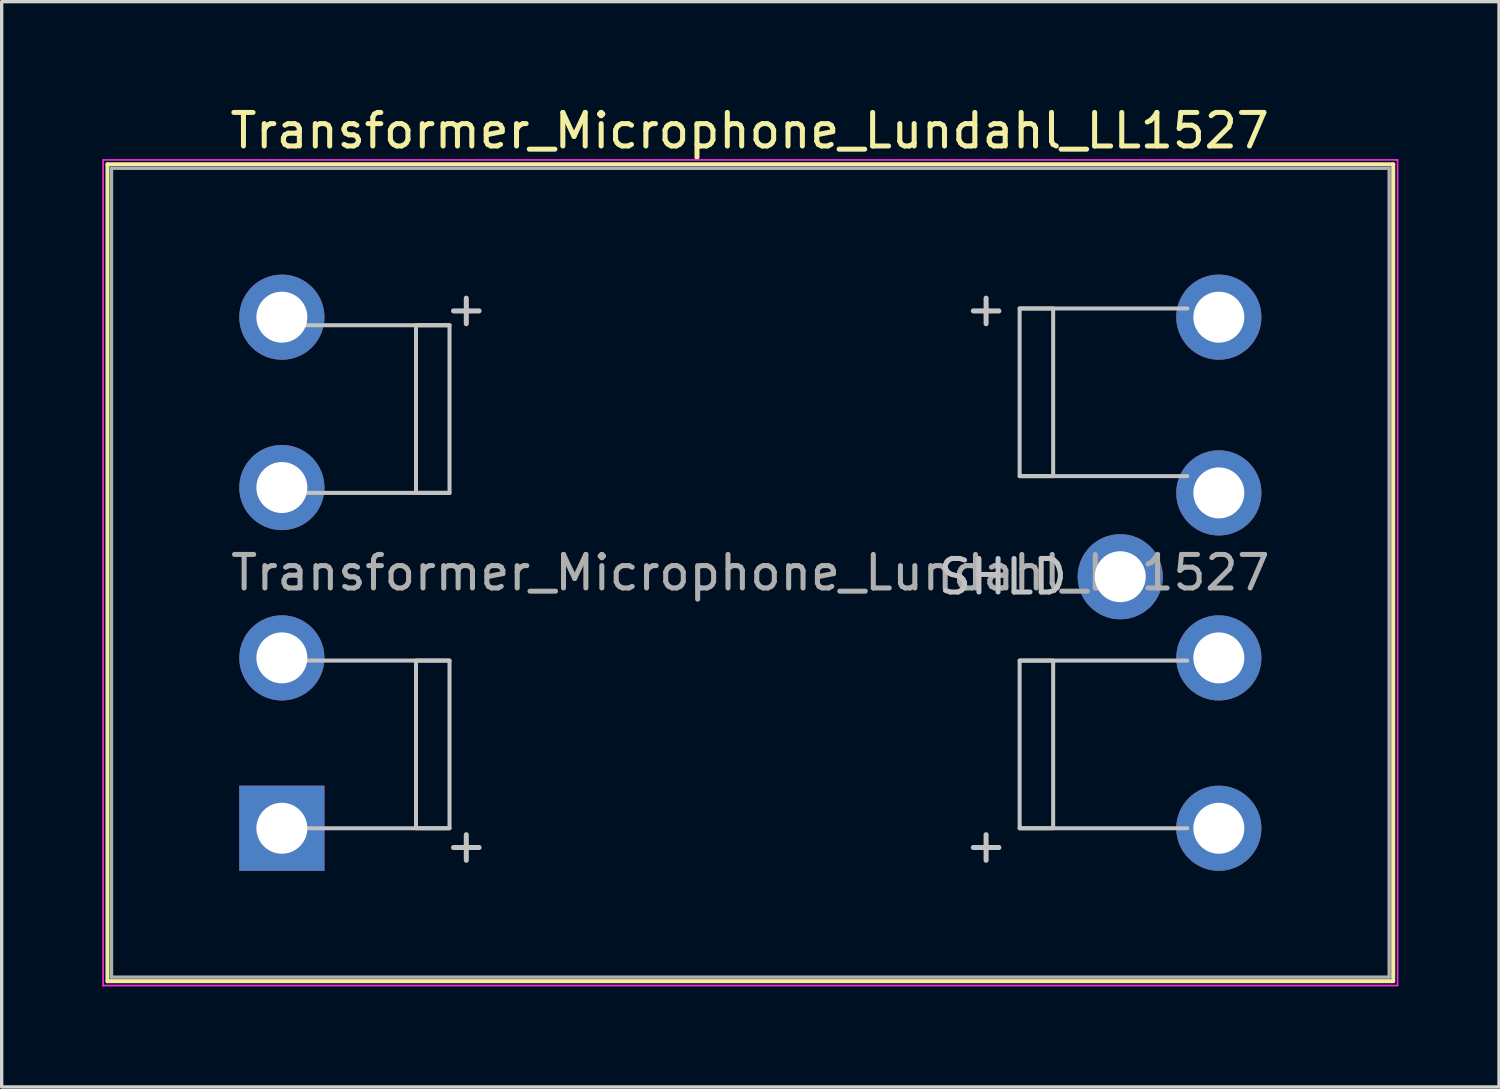
<source format=kicad_pcb>
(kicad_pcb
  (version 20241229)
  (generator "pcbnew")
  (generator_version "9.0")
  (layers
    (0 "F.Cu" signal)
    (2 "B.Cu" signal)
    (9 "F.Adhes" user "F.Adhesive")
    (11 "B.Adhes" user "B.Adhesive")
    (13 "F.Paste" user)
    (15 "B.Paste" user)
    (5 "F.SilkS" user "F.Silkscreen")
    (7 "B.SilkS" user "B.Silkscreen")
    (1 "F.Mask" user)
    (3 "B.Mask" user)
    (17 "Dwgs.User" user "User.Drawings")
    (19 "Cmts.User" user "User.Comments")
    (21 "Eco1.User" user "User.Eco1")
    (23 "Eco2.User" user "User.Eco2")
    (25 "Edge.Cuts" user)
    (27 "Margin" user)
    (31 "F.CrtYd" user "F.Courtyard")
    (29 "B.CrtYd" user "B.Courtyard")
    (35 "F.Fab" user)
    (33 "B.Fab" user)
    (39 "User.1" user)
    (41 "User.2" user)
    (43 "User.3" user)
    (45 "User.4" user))
  (footprint "Transformer_Microphone_Lundahl_LL1527"
    (layer "F.Cu")
    (at 5.355 21.648)
    (property "Reference" "Transformer_Microphone_Lundahl_LL1527" (at 13.95 -20.8 0) (layer "F.SilkS") (effects (font (size 1 1) (thickness 0.15))))
    (attr through_hole)
    (fp_line (start -5.2 -19.8) (end -5.2 4.56) (stroke (width 0.12) (type solid)) (layer "F.SilkS"))
    (fp_line (start -5.2 -19.8) (end 33.14 -19.8) (stroke (width 0.12) (type solid)) (layer "F.SilkS"))
    (fp_line (start 33.14 4.56) (end -5.2 4.56) (stroke (width 0.12) (type solid)) (layer "F.SilkS"))
    (fp_line (start 33.14 4.56) (end 33.14 -19.8) (stroke (width 0.12) (type solid)) (layer "F.SilkS"))
    (fp_line (start 0 -15) (end 5 -15) (stroke (width 0.12) (type solid)) (layer "Dwgs.User"))
    (fp_line (start 0 -10) (end 5 -10) (stroke (width 0.12) (type solid)) (layer "Dwgs.User"))
    (fp_line (start 0 -5) (end 5 -5) (stroke (width 0.12) (type solid)) (layer "Dwgs.User"))
    (fp_line (start 0 0) (end 5 0) (stroke (width 0.12) (type solid)) (layer "Dwgs.User"))
    (fp_line (start 27 -15.5) (end 22 -15.5) (stroke (width 0.12) (type solid)) (layer "Dwgs.User"))
    (fp_line (start 27 -10.5) (end 22 -10.5) (stroke (width 0.12) (type solid)) (layer "Dwgs.User"))
    (fp_line (start 27 -5) (end 22 -5) (stroke (width 0.12) (type solid)) (layer "Dwgs.User"))
    (fp_line (start 27 0) (end 22 0) (stroke (width 0.12) (type solid)) (layer "Dwgs.User"))
    (fp_poly (pts (xy 5 -10) (xy 4 -10) (xy 4 -15) (xy 5 -15)) (stroke (width 0.12) (type solid)) (fill no) (layer "Dwgs.User"))
    (fp_poly (pts (xy 5 0) (xy 4 0) (xy 4 -5) (xy 5 -5)) (stroke (width 0.12) (type solid)) (fill no) (layer "Dwgs.User"))
    (fp_poly (pts (xy 22 -10.5) (xy 23 -10.5) (xy 23 -15.5) (xy 22 -15.5)) (stroke (width 0.12) (type solid)) (fill no) (layer "Dwgs.User"))
    (fp_poly (pts (xy 22 -5) (xy 23 -5) (xy 23 0) (xy 22 0)) (stroke (width 0.12) (type solid)) (fill no) (layer "Dwgs.User"))
    (fp_line (start -5.33 -19.93) (end -5.33 4.69) (stroke (width 0.05) (type solid)) (layer "F.CrtYd"))
    (fp_line (start -5.33 -19.93) (end 33.27 -19.93) (stroke (width 0.05) (type solid)) (layer "F.CrtYd"))
    (fp_line (start 33.27 4.69) (end -5.33 4.69) (stroke (width 0.05) (type solid)) (layer "F.CrtYd"))
    (fp_line (start 33.27 4.69) (end 33.27 -19.93) (stroke (width 0.05) (type solid)) (layer "F.CrtYd"))
    (fp_line (start -5.08 -19.68) (end 33.02 -19.68) (stroke (width 0.1) (type solid)) (layer "F.Fab"))
    (fp_line (start -5.08 4.44) (end -5.08 -19.68) (stroke (width 0.1) (type solid)) (layer "F.Fab"))
    (fp_line (start 33.02 -19.68) (end 33.02 4.44) (stroke (width 0.1) (type solid)) (layer "F.Fab"))
    (fp_line (start 33.02 4.44) (end -5.08 4.44) (stroke (width 0.1) (type solid)) (layer "F.Fab"))
    (fp_text user "+" (at 21 0.5 0) (unlocked yes) (layer "Dwgs.User") (effects (font (size 1 1) (thickness 0.15))))
    (fp_text user "+" (at 21 -15.5 0) (unlocked yes) (layer "Dwgs.User") (effects (font (size 1 1) (thickness 0.15))))
    (fp_text user "+" (at 5.5 0.5 0) (unlocked yes) (layer "Dwgs.User") (effects (font (size 1 1) (thickness 0.15))))
    (fp_text user "SHLD" (at 21.5 -7.5 0) (unlocked yes) (layer "Dwgs.User") (effects (font (size 1 1) (thickness 0.15))))
    (fp_text user "+" (at 5.5 -15.5 0) (unlocked yes) (layer "Dwgs.User") (effects (font (size 1 1) (thickness 0.15))))
    (fp_text user "${REFERENCE}" (at 13.97 -7.62 0) (layer "F.Fab") (effects (font (size 1 1) (thickness 0.15))))
    (pad "1" thru_hole rect (at 0 0) (size 2.54 2.54) (drill 1.52) (layers "*.Cu" "*.Mask"))
    (pad "2" thru_hole circle (at 0 -5.08) (size 2.54 2.54) (drill 1.52) (layers "*.Cu" "*.Mask"))
    (pad "3" thru_hole circle (at 0 -10.16) (size 2.54 2.54) (drill 1.52) (layers "*.Cu" "*.Mask"))
    (pad "4" thru_hole circle (at 0 -15.24) (size 2.54 2.54) (drill 1.52) (layers "*.Cu" "*.Mask"))
    (pad "5" thru_hole circle (at 27.94 0) (size 2.54 2.54) (drill 1.52) (layers "*.Cu" "*.Mask"))
    (pad "6" thru_hole circle (at 27.94 -5.08) (size 2.54 2.54) (drill 1.52) (layers "*.Cu" "*.Mask"))
    (pad "7" thru_hole circle (at 27.94 -10) (size 2.54 2.54) (drill 1.52) (layers "*.Cu" "*.Mask"))
    (pad "8" thru_hole circle (at 27.94 -15.24) (size 2.54 2.54) (drill 1.52) (layers "*.Cu" "*.Mask"))
    (pad "9" thru_hole circle (at 25 -7.5) (size 2.54 2.54) (drill 1.52) (layers "*.Cu" "*.Mask")))
  (gr_rect
    (start -3 -3)
    (end 41.65 29.363)
    (stroke (width 0.1) (type default))
    (fill no)
    (layer "Edge.Cuts")))
</source>
